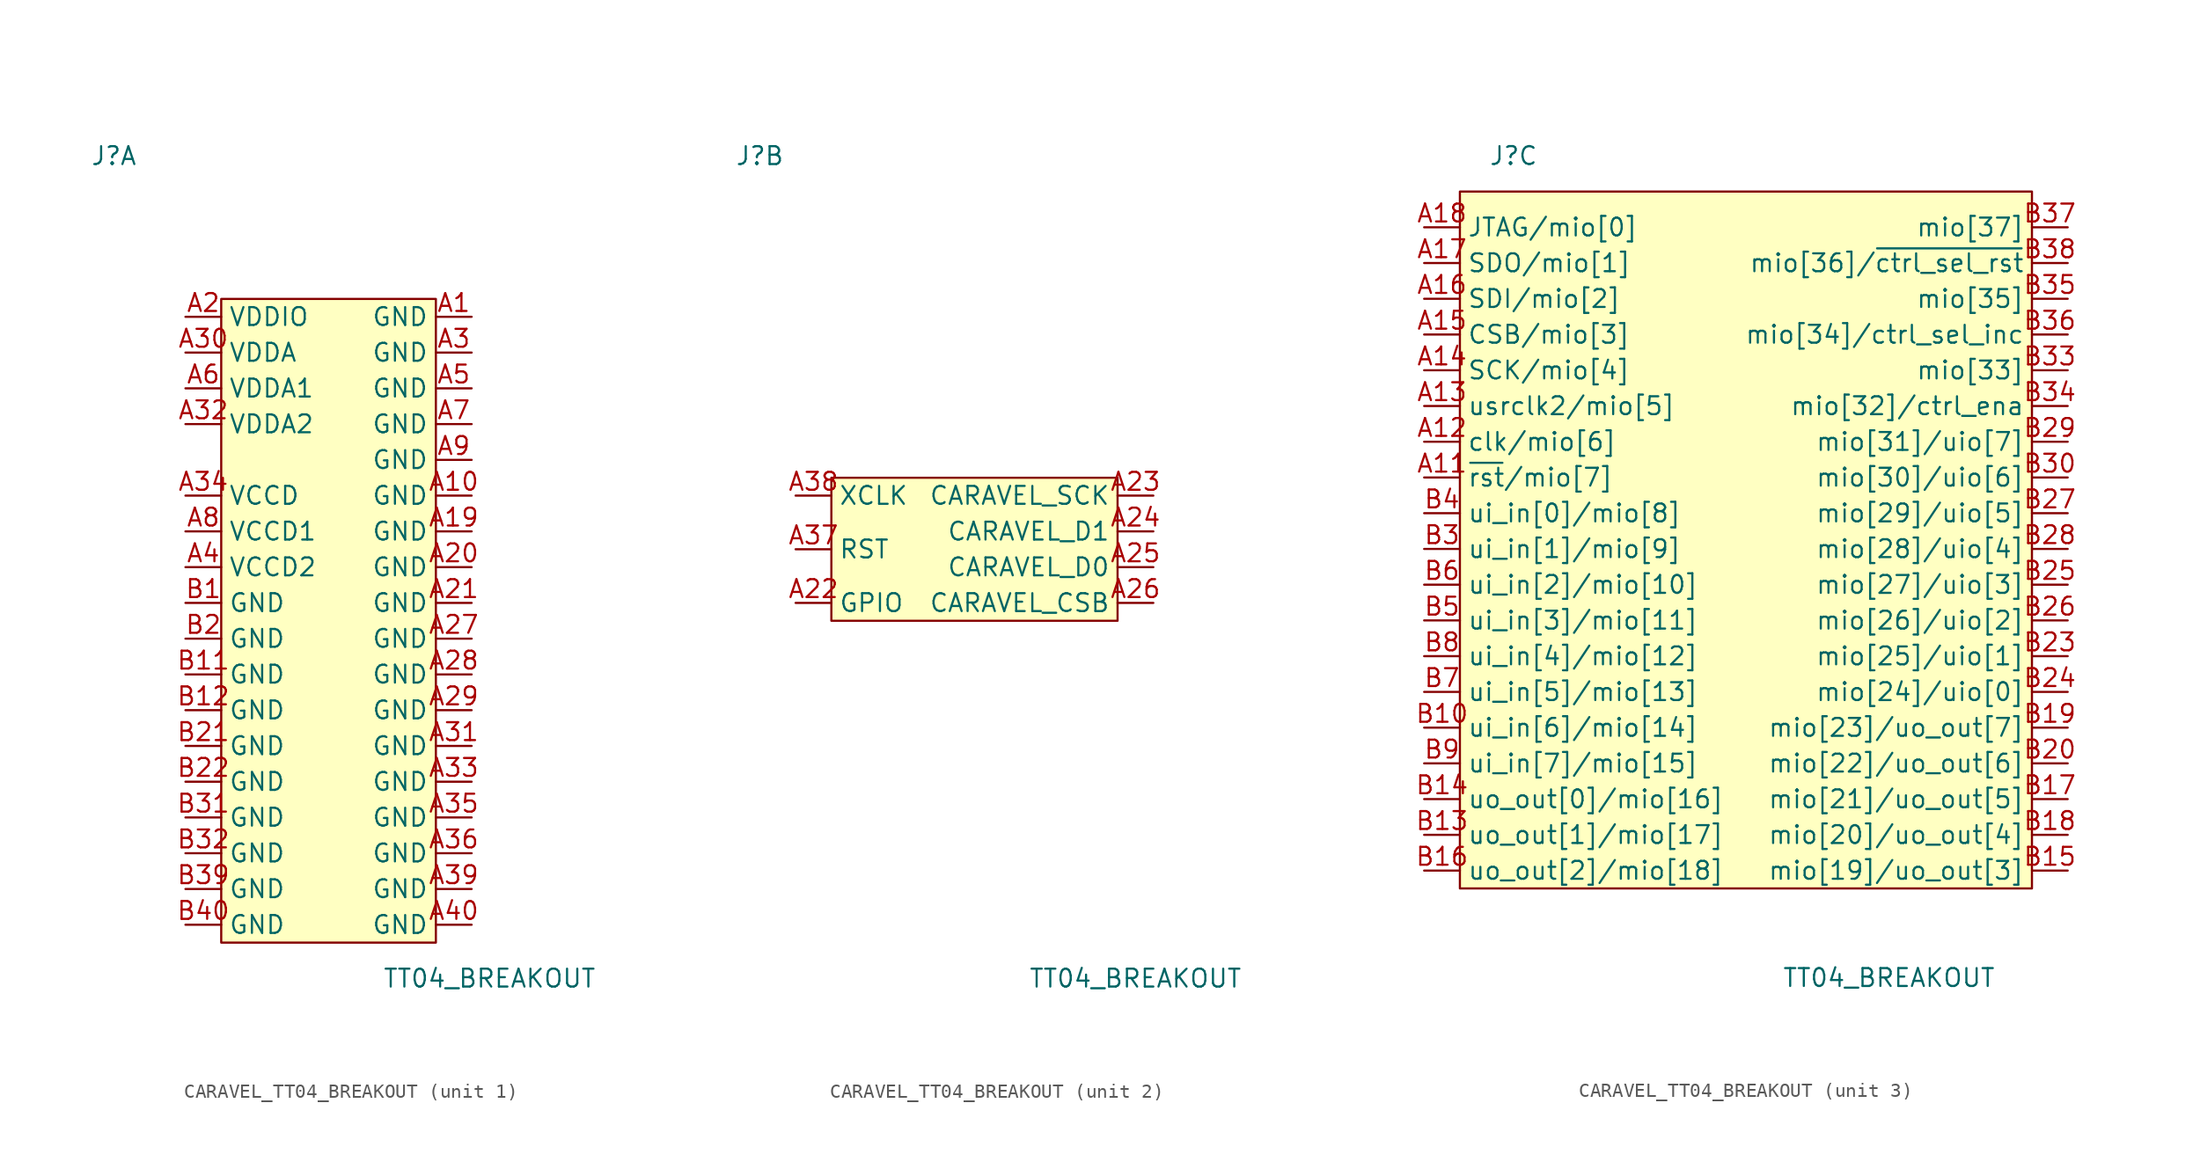
<source format=kicad_sym>
(kicad_symbol_lib
  (version 20241209)
  (generator "kicad_symbol_editor")
  (generator_version "9.0")
  (symbol "CARAVEL_TT04_BREAKOUT"
    (property "Reference" "J"
      (at -16.51 25.4 0)
      (effects (font (size 1.27 1.27))))
    (property "Value" "TT04_BREAKOUT"
      (at 10.16 -33.02 0)
      (effects (font (size 1.27 1.27))))
    (property "ki_locked" ""
      (at 0 0 0)
      (effects (font (size 1.27 1.27))))
    (symbol "CARAVEL_TT04_BREAKOUT_1_1"
      (rectangle (start -8.89 15.24) (end 6.35 -30.48) (stroke (width 0) (type default)) (fill (type background)))
      (pin power_in line (at -11.43 13.97 0) (length 2.54) (name "VDDIO" (effects (font (size 1.27 1.27)))) (number "A2" (effects (font (size 1.27 1.27)))))
      (pin power_in line (at -11.43 11.43 0) (length 2.54) (name "VDDA" (effects (font (size 1.27 1.27)))) (number "A30" (effects (font (size 1.27 1.27)))))
      (pin power_in line (at -11.43 8.89 0) (length 2.54) (name "VDDA1" (effects (font (size 1.27 1.27)))) (number "A6" (effects (font (size 1.27 1.27)))))
      (pin power_in line (at -11.43 6.35 0) (length 2.54) (name "VDDA2" (effects (font (size 1.27 1.27)))) (number "A32" (effects (font (size 1.27 1.27)))))
      (pin power_in line (at -11.43 1.27 0) (length 2.54) (name "VCCD" (effects (font (size 1.27 1.27)))) (number "A34" (effects (font (size 1.27 1.27)))))
      (pin power_in line (at -11.43 -1.27 0) (length 2.54) (name "VCCD1" (effects (font (size 1.27 1.27)))) (number "A8" (effects (font (size 1.27 1.27)))))
      (pin power_in line (at -11.43 -3.81 0) (length 2.54) (name "VCCD2" (effects (font (size 1.27 1.27)))) (number "A4" (effects (font (size 1.27 1.27)))))
      (pin power_in line (at -11.43 -6.35 0) (length 2.54) (name "GND" (effects (font (size 1.27 1.27)))) (number "B1" (effects (font (size 1.27 1.27)))))
      (pin power_in line (at -11.43 -8.89 0) (length 2.54) (name "GND" (effects (font (size 1.27 1.27)))) (number "B2" (effects (font (size 1.27 1.27)))))
      (pin power_in line (at -11.43 -11.43 0) (length 2.54) (name "GND" (effects (font (size 1.27 1.27)))) (number "B11" (effects (font (size 1.27 1.27)))))
      (pin power_in line (at -11.43 -13.97 0) (length 2.54) (name "GND" (effects (font (size 1.27 1.27)))) (number "B12" (effects (font (size 1.27 1.27)))))
      (pin power_in line (at -11.43 -16.51 0) (length 2.54) (name "GND" (effects (font (size 1.27 1.27)))) (number "B21" (effects (font (size 1.27 1.27)))))
      (pin power_in line (at -11.43 -19.05 0) (length 2.54) (name "GND" (effects (font (size 1.27 1.27)))) (number "B22" (effects (font (size 1.27 1.27)))))
      (pin power_in line (at -11.43 -21.59 0) (length 2.54) (name "GND" (effects (font (size 1.27 1.27)))) (number "B31" (effects (font (size 1.27 1.27)))))
      (pin power_in line (at -11.43 -24.13 0) (length 2.54) (name "GND" (effects (font (size 1.27 1.27)))) (number "B32" (effects (font (size 1.27 1.27)))))
      (pin power_in line (at -11.43 -26.67 0) (length 2.54) (name "GND" (effects (font (size 1.27 1.27)))) (number "B39" (effects (font (size 1.27 1.27)))))
      (pin power_in line (at -11.43 -29.21 0) (length 2.54) (name "GND" (effects (font (size 1.27 1.27)))) (number "B40" (effects (font (size 1.27 1.27)))))
      (pin power_in line (at 8.89 13.97 180) (length 2.54) (name "GND" (effects (font (size 1.27 1.27)))) (number "A1" (effects (font (size 1.27 1.27)))))
      (pin power_in line (at 8.89 11.43 180) (length 2.54) (name "GND" (effects (font (size 1.27 1.27)))) (number "A3" (effects (font (size 1.27 1.27)))))
      (pin power_in line (at 8.89 8.89 180) (length 2.54) (name "GND" (effects (font (size 1.27 1.27)))) (number "A5" (effects (font (size 1.27 1.27)))))
      (pin power_in line (at 8.89 6.35 180) (length 2.54) (name "GND" (effects (font (size 1.27 1.27)))) (number "A7" (effects (font (size 1.27 1.27)))))
      (pin power_in line (at 8.89 3.81 180) (length 2.54) (name "GND" (effects (font (size 1.27 1.27)))) (number "A9" (effects (font (size 1.27 1.27)))))
      (pin power_in line (at 8.89 1.27 180) (length 2.54) (name "GND" (effects (font (size 1.27 1.27)))) (number "A10" (effects (font (size 1.27 1.27)))))
      (pin power_in line (at 8.89 -1.27 180) (length 2.54) (name "GND" (effects (font (size 1.27 1.27)))) (number "A19" (effects (font (size 1.27 1.27)))))
      (pin power_in line (at 8.89 -3.81 180) (length 2.54) (name "GND" (effects (font (size 1.27 1.27)))) (number "A20" (effects (font (size 1.27 1.27)))))
      (pin power_in line (at 8.89 -6.35 180) (length 2.54) (name "GND" (effects (font (size 1.27 1.27)))) (number "A21" (effects (font (size 1.27 1.27)))))
      (pin power_in line (at 8.89 -8.89 180) (length 2.54) (name "GND" (effects (font (size 1.27 1.27)))) (number "A27" (effects (font (size 1.27 1.27)))))
      (pin power_in line (at 8.89 -11.43 180) (length 2.54) (name "GND" (effects (font (size 1.27 1.27)))) (number "A28" (effects (font (size 1.27 1.27)))))
      (pin power_in line (at 8.89 -13.97 180) (length 2.54) (name "GND" (effects (font (size 1.27 1.27)))) (number "A29" (effects (font (size 1.27 1.27)))))
      (pin power_in line (at 8.89 -16.51 180) (length 2.54) (name "GND" (effects (font (size 1.27 1.27)))) (number "A31" (effects (font (size 1.27 1.27)))))
      (pin power_in line (at 8.89 -19.05 180) (length 2.54) (name "GND" (effects (font (size 1.27 1.27)))) (number "A33" (effects (font (size 1.27 1.27)))))
      (pin power_in line (at 8.89 -21.59 180) (length 2.54) (name "GND" (effects (font (size 1.27 1.27)))) (number "A35" (effects (font (size 1.27 1.27)))))
      (pin power_in line (at 8.89 -24.13 180) (length 2.54) (name "GND" (effects (font (size 1.27 1.27)))) (number "A36" (effects (font (size 1.27 1.27)))))
      (pin power_in line (at 8.89 -26.67 180) (length 2.54) (name "GND" (effects (font (size 1.27 1.27)))) (number "A39" (effects (font (size 1.27 1.27)))))
      (pin power_in line (at 8.89 -29.21 180) (length 2.54) (name "GND" (effects (font (size 1.27 1.27)))) (number "A40" (effects (font (size 1.27 1.27))))))
    (symbol "CARAVEL_TT04_BREAKOUT_2_1"
      (rectangle (start -11.43 2.54) (end 8.89 -7.62) (stroke (width 0) (type default)) (fill (type background)))
      (pin input line (at -13.97 1.27 0) (length 2.54) (name "XCLK" (effects (font (size 1.27 1.27)))) (number "A38" (effects (font (size 1.27 1.27)))))
      (pin input line (at -13.97 -2.54 0) (length 2.54) (name "RST" (effects (font (size 1.27 1.27)))) (number "A37" (effects (font (size 1.27 1.27)))))
      (pin input line (at -13.97 -6.35 0) (length 2.54) (name "GPIO" (effects (font (size 1.27 1.27)))) (number "A22" (effects (font (size 1.27 1.27)))))
      (pin input line (at 11.43 1.27 180) (length 2.54) (name "CARAVEL_SCK" (effects (font (size 1.27 1.27)))) (number "A23" (effects (font (size 1.27 1.27)))))
      (pin bidirectional line (at 11.43 -1.27 180) (length 2.54) (name "CARAVEL_D1" (effects (font (size 1.27 1.27)))) (number "A24" (effects (font (size 1.27 1.27)))))
      (pin bidirectional line (at 11.43 -3.81 180) (length 2.54) (name "CARAVEL_D0" (effects (font (size 1.27 1.27)))) (number "A25" (effects (font (size 1.27 1.27)))))
      (pin input line (at 11.43 -6.35 180) (length 2.54) (name "CARAVEL_CSB" (effects (font (size 1.27 1.27)))) (number "A26" (effects (font (size 1.27 1.27))))))
    (symbol "CARAVEL_TT04_BREAKOUT_3_1"
      (rectangle (start -20.32 22.86) (end 20.32 -26.67) (stroke (width 0) (type default)) (fill (type background)))
      (pin bidirectional line (at -22.86 20.32 0) (length 2.54) (name "JTAG/mio[0]" (effects (font (size 1.27 1.27)))) (number "A18" (effects (font (size 1.27 1.27)))))
      (pin bidirectional line (at -22.86 17.78 0) (length 2.54) (name "SDO/mio[1]" (effects (font (size 1.27 1.27)))) (number "A17" (effects (font (size 1.27 1.27)))))
      (pin bidirectional line (at -22.86 15.24 0) (length 2.54) (name "SDI/mio[2]" (effects (font (size 1.27 1.27)))) (number "A16" (effects (font (size 1.27 1.27)))))
      (pin bidirectional line (at -22.86 12.7 0) (length 2.54) (name "CSB/mio[3]" (effects (font (size 1.27 1.27)))) (number "A15" (effects (font (size 1.27 1.27)))))
      (pin bidirectional line (at -22.86 10.16 0) (length 2.54) (name "SCK/mio[4]" (effects (font (size 1.27 1.27)))) (number "A14" (effects (font (size 1.27 1.27)))))
      (pin output line (at -22.86 7.62 0) (length 2.54) (name "usrclk2/mio[5]" (effects (font (size 1.27 1.27)))) (number "A13" (effects (font (size 1.27 1.27)))))
      (pin input line (at -22.86 5.08 0) (length 2.54) (name "clk/mio[6]" (effects (font (size 1.27 1.27)))) (number "A12" (effects (font (size 1.27 1.27)))))
      (pin input line (at -22.86 2.54 0) (length 2.54) (name "~{rst}/mio[7]" (effects (font (size 1.27 1.27)))) (number "A11" (effects (font (size 1.27 1.27)))))
      (pin input line (at -22.86 0 0) (length 2.54) (name "ui_in[0]/mio[8]" (effects (font (size 1.27 1.27)))) (number "B4" (effects (font (size 1.27 1.27)))))
      (pin input line (at -22.86 -2.54 0) (length 2.54) (name "ui_in[1]/mio[9]" (effects (font (size 1.27 1.27)))) (number "B3" (effects (font (size 1.27 1.27)))))
      (pin input line (at -22.86 -5.08 0) (length 2.54) (name "ui_in[2]/mio[10]" (effects (font (size 1.27 1.27)))) (number "B6" (effects (font (size 1.27 1.27)))))
      (pin input line (at -22.86 -7.62 0) (length 2.54) (name "ui_in[3]/mio[11]" (effects (font (size 1.27 1.27)))) (number "B5" (effects (font (size 1.27 1.27)))))
      (pin input line (at -22.86 -10.16 0) (length 2.54) (name "ui_in[4]/mio[12]" (effects (font (size 1.27 1.27)))) (number "B8" (effects (font (size 1.27 1.27)))))
      (pin input line (at -22.86 -12.7 0) (length 2.54) (name "ui_in[5]/mio[13]" (effects (font (size 1.27 1.27)))) (number "B7" (effects (font (size 1.27 1.27)))))
      (pin input line (at -22.86 -15.24 0) (length 2.54) (name "ui_in[6]/mio[14]" (effects (font (size 1.27 1.27)))) (number "B10" (effects (font (size 1.27 1.27)))))
      (pin input line (at -22.86 -17.78 0) (length 2.54) (name "ui_in[7]/mio[15]" (effects (font (size 1.27 1.27)))) (number "B9" (effects (font (size 1.27 1.27)))))
      (pin output line (at -22.86 -20.32 0) (length 2.54) (name "uo_out[0]/mio[16]" (effects (font (size 1.27 1.27)))) (number "B14" (effects (font (size 1.27 1.27)))))
      (pin output line (at -22.86 -22.86 0) (length 2.54) (name "uo_out[1]/mio[17]" (effects (font (size 1.27 1.27)))) (number "B13" (effects (font (size 1.27 1.27)))))
      (pin output line (at -22.86 -25.4 0) (length 2.54) (name "uo_out[2]/mio[18]" (effects (font (size 1.27 1.27)))) (number "B16" (effects (font (size 1.27 1.27)))))
      (pin bidirectional line (at 22.86 20.32 180) (length 2.54) (name "mio[37]" (effects (font (size 1.27 1.27)))) (number "B37" (effects (font (size 1.27 1.27)))))
      (pin input line (at 22.86 17.78 180) (length 2.54) (name "mio[36]/~{ctrl_sel_rst}" (effects (font (size 1.27 1.27)))) (number "B38" (effects (font (size 1.27 1.27)))))
      (pin bidirectional line (at 22.86 15.24 180) (length 2.54) (name "mio[35]" (effects (font (size 1.27 1.27)))) (number "B35" (effects (font (size 1.27 1.27)))))
      (pin input line (at 22.86 12.7 180) (length 2.54) (name "mio[34]/ctrl_sel_inc" (effects (font (size 1.27 1.27)))) (number "B36" (effects (font (size 1.27 1.27)))))
      (pin bidirectional line (at 22.86 10.16 180) (length 2.54) (name "mio[33]" (effects (font (size 1.27 1.27)))) (number "B33" (effects (font (size 1.27 1.27)))))
      (pin input line (at 22.86 7.62 180) (length 2.54) (name "mio[32]/ctrl_ena" (effects (font (size 1.27 1.27)))) (number "B34" (effects (font (size 1.27 1.27)))))
      (pin bidirectional line (at 22.86 5.08 180) (length 2.54) (name "mio[31]/uio[7]" (effects (font (size 1.27 1.27)))) (number "B29" (effects (font (size 1.27 1.27)))))
      (pin bidirectional line (at 22.86 2.54 180) (length 2.54) (name "mio[30]/uio[6]" (effects (font (size 1.27 1.27)))) (number "B30" (effects (font (size 1.27 1.27)))))
      (pin bidirectional line (at 22.86 0 180) (length 2.54) (name "mio[29]/uio[5]" (effects (font (size 1.27 1.27)))) (number "B27" (effects (font (size 1.27 1.27)))))
      (pin bidirectional line (at 22.86 -2.54 180) (length 2.54) (name "mio[28]/uio[4]" (effects (font (size 1.27 1.27)))) (number "B28" (effects (font (size 1.27 1.27)))))
      (pin bidirectional line (at 22.86 -5.08 180) (length 2.54) (name "mio[27]/uio[3]" (effects (font (size 1.27 1.27)))) (number "B25" (effects (font (size 1.27 1.27)))))
      (pin bidirectional line (at 22.86 -7.62 180) (length 2.54) (name "mio[26]/uio[2]" (effects (font (size 1.27 1.27)))) (number "B26" (effects (font (size 1.27 1.27)))))
      (pin bidirectional line (at 22.86 -10.16 180) (length 2.54) (name "mio[25]/uio[1]" (effects (font (size 1.27 1.27)))) (number "B23" (effects (font (size 1.27 1.27)))))
      (pin bidirectional line (at 22.86 -12.7 180) (length 2.54) (name "mio[24]/uio[0]" (effects (font (size 1.27 1.27)))) (number "B24" (effects (font (size 1.27 1.27)))))
      (pin output line (at 22.86 -15.24 180) (length 2.54) (name "mio[23]/uo_out[7]" (effects (font (size 1.27 1.27)))) (number "B19" (effects (font (size 1.27 1.27)))))
      (pin output line (at 22.86 -17.78 180) (length 2.54) (name "mio[22]/uo_out[6]" (effects (font (size 1.27 1.27)))) (number "B20" (effects (font (size 1.27 1.27)))))
      (pin output line (at 22.86 -20.32 180) (length 2.54) (name "mio[21]/uo_out[5]" (effects (font (size 1.27 1.27)))) (number "B17" (effects (font (size 1.27 1.27)))))
      (pin output line (at 22.86 -22.86 180) (length 2.54) (name "mio[20]/uo_out[4]" (effects (font (size 1.27 1.27)))) (number "B18" (effects (font (size 1.27 1.27)))))
      (pin output line (at 22.86 -25.4 180) (length 2.54) (name "mio[19]/uo_out[3]" (effects (font (size 1.27 1.27)))) (number "B15" (effects (font (size 1.27 1.27))))))))
</source>
